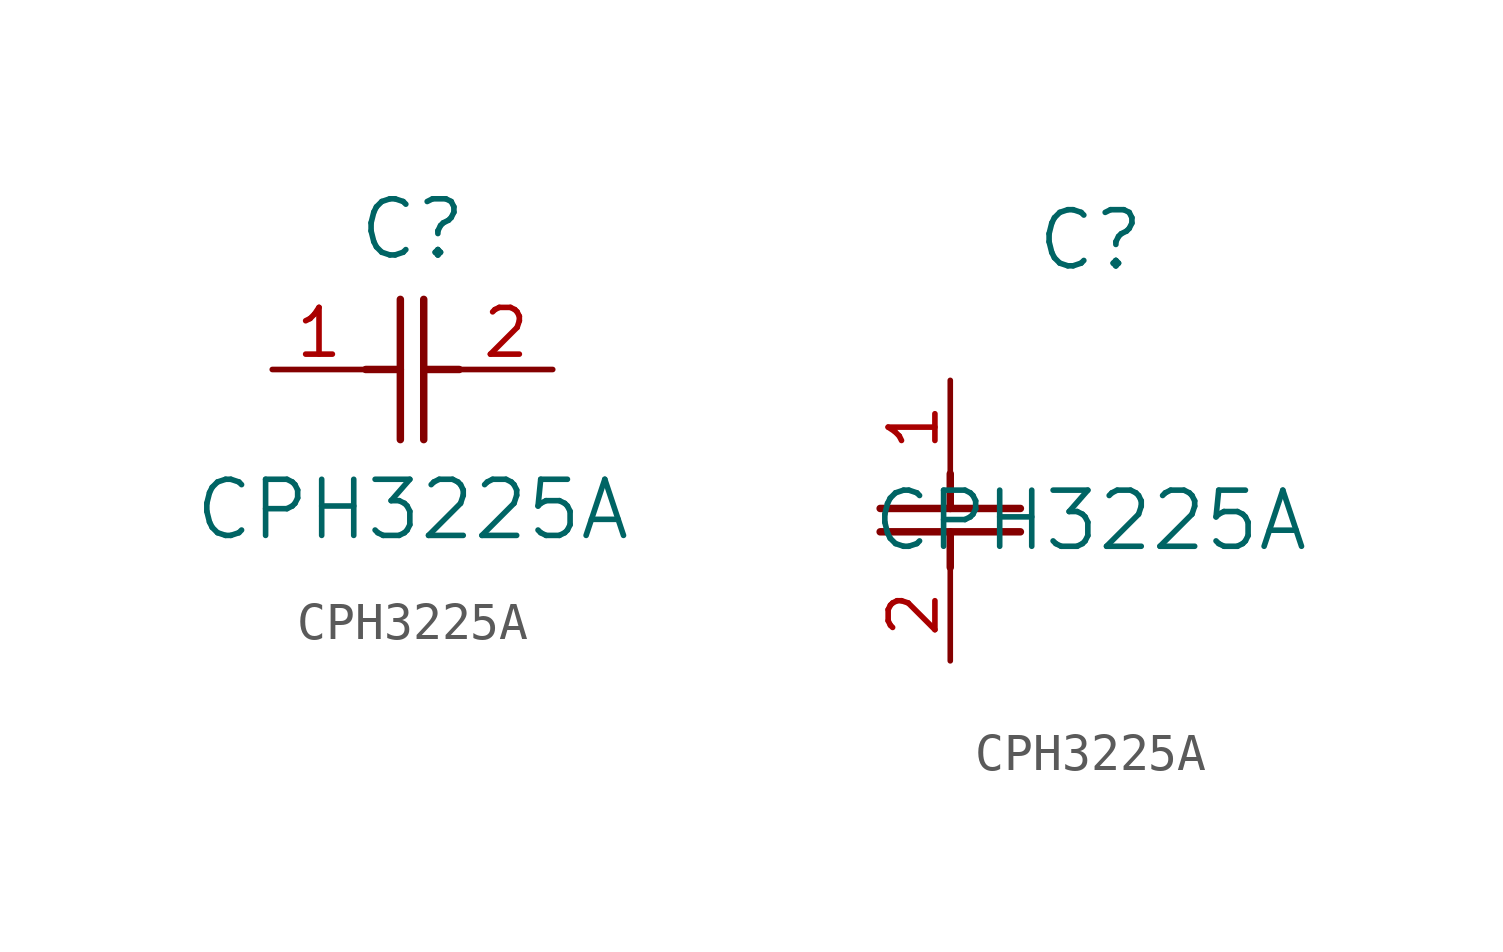
<source format=kicad_sym>
(kicad_symbol_lib
  (version 20211014)
  (generator kicad_symbol_editor)
  (symbol "CPH3225A"
    (pin_names
      (offset 0.254))
    (property "Reference" "C"
      (at 3.81 3.81 0)
      (effects (font (size 1.524 1.524))))
    (property "Value" "CPH3225A"
      (at 3.81 -3.81 0)
      (effects (font (size 1.524 1.524))))
    (symbol "CPH3225A_1_1"
      (polyline (pts (xy 3.48 -1.905) (xy 3.48 1.905)) (stroke (width 0.203) (type default) (color 0 0 0 0)) (fill (type none)))
      (polyline (pts (xy 4.115 -1.905) (xy 4.115 1.905)) (stroke (width 0.203) (type default) (color 0 0 0 0)) (fill (type none)))
      (polyline (pts (xy 4.115 0) (xy 5.08 0)) (stroke (width 0.203) (type default) (color 0 0 0 0)) (fill (type none)))
      (polyline (pts (xy 2.54 0) (xy 3.48 0)) (stroke (width 0.203) (type default) (color 0 0 0 0)) (fill (type none)))
      (pin unspecified line (at 0 0 0) (length 2.54) (name "" (effects (font (size 1.27 1.27)))) (number "1" (effects (font (size 1.27 1.27)))))
      (pin unspecified line (at 7.62 0 180) (length 2.54) (name "" (effects (font (size 1.27 1.27)))) (number "2" (effects (font (size 1.27 1.27))))))
    (symbol "CPH3225A_1_2"
      (polyline (pts (xy -1.905 -3.48) (xy 1.905 -3.48)) (stroke (width 0.203) (type default) (color 0 0 0 0)) (fill (type none)))
      (polyline (pts (xy -1.905 -4.115) (xy 1.905 -4.115)) (stroke (width 0.203) (type default) (color 0 0 0 0)) (fill (type none)))
      (polyline (pts (xy 0 -4.115) (xy 0 -5.08)) (stroke (width 0.203) (type default) (color 0 0 0 0)) (fill (type none)))
      (polyline (pts (xy 0 -2.54) (xy 0 -3.48)) (stroke (width 0.203) (type default) (color 0 0 0 0)) (fill (type none)))
      (pin unspecified line (at 0 0 270) (length 2.54) (name "" (effects (font (size 1.27 1.27)))) (number "1" (effects (font (size 1.27 1.27)))))
      (pin unspecified line (at 0 -7.62 90) (length 2.54) (name "" (effects (font (size 1.27 1.27)))) (number "2" (effects (font (size 1.27 1.27))))))))
</source>
